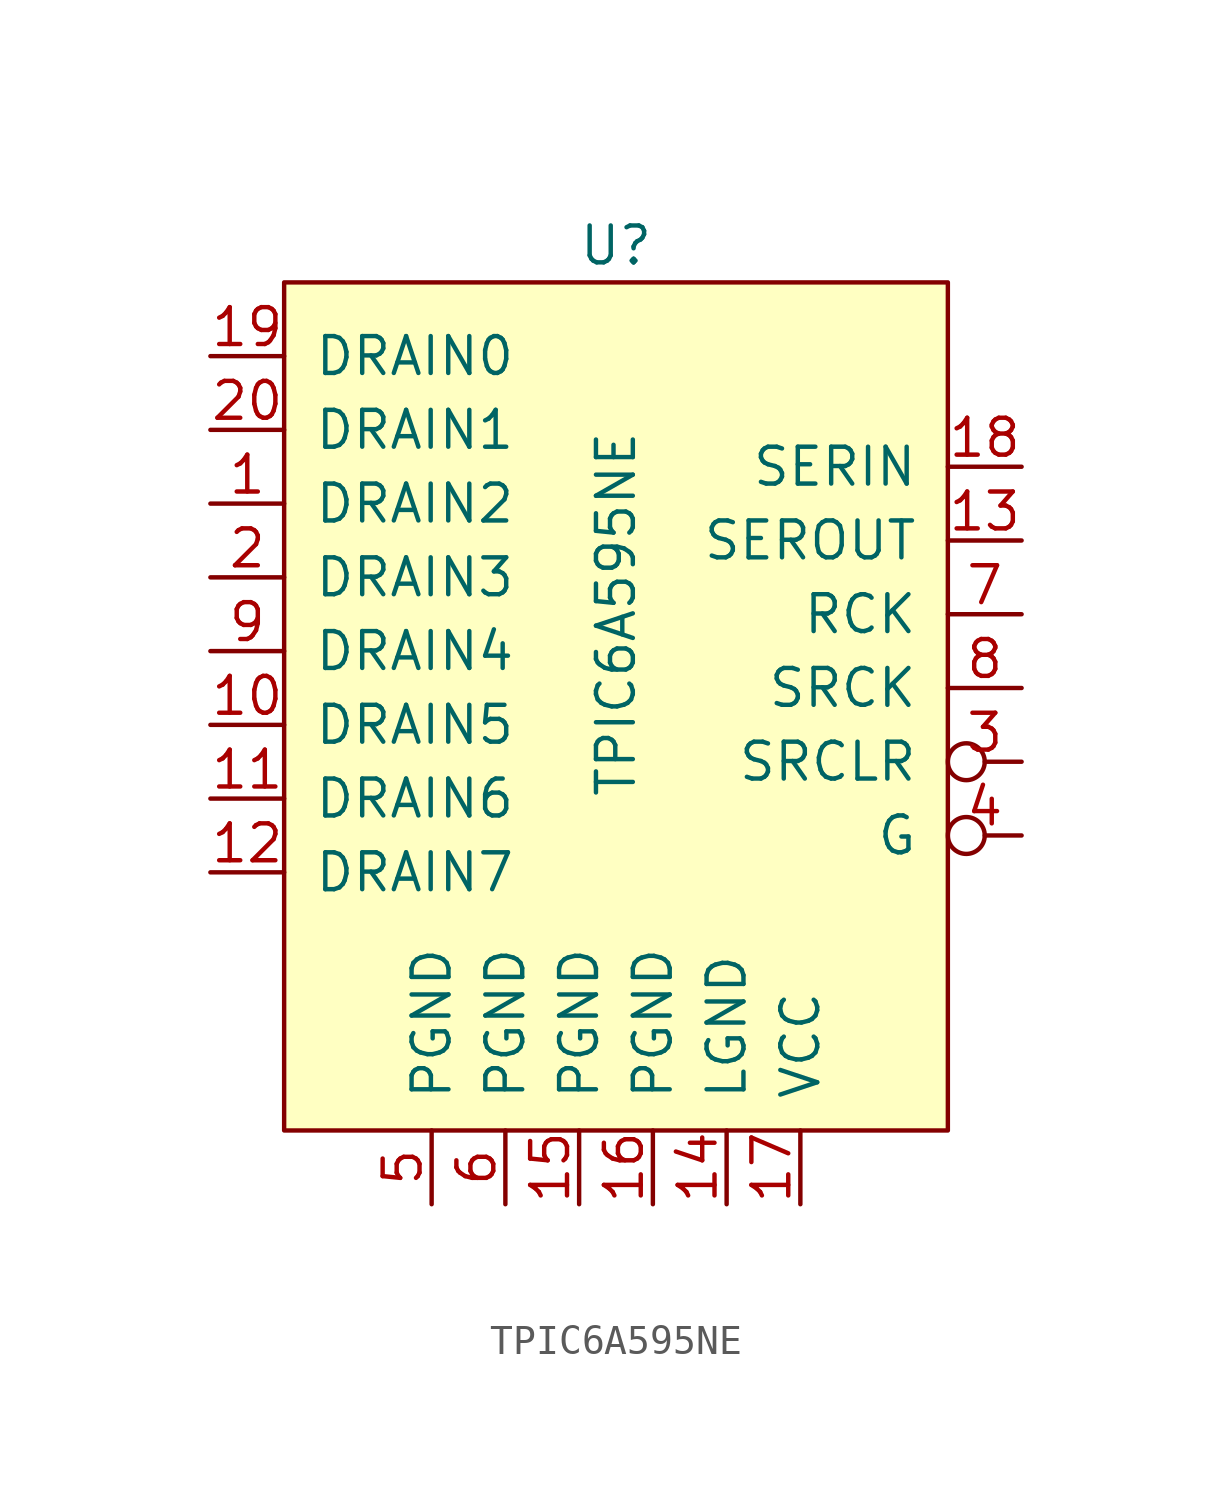
<source format=kicad_sym>
(kicad_symbol_lib
  (version 20211014)
  (generator kicad_symbol_editor)
  (symbol "TPIC6A595NE"
    (pin_names
      (offset 1.016))
    (property "Reference" "U"
      (at 0 0 0)
      (effects (font (size 1.27 1.27))))
    (property "Value" "TPIC6A595NE"
      (at 0 -12.7 90)
      (effects (font (size 1.27 1.27))))
    (symbol "TPIC6A595NE_0_1"
      (rectangle (start -11.43 -1.27) (end 11.43 -30.48) (stroke (width 0) (type default) (color 0 0 0 0)) (fill (type background))))
    (symbol "TPIC6A595NE_1_1"
      (pin open_collector line (at -13.97 -8.89 0) (length 2.54) (name "DRAIN2" (effects (font (size 1.27 1.27)))) (number "1" (effects (font (size 1.27 1.27)))))
      (pin open_collector line (at -13.97 -16.51 0) (length 2.54) (name "DRAIN5" (effects (font (size 1.27 1.27)))) (number "10" (effects (font (size 1.27 1.27)))))
      (pin open_collector line (at -13.97 -19.05 0) (length 2.54) (name "DRAIN6" (effects (font (size 1.27 1.27)))) (number "11" (effects (font (size 1.27 1.27)))))
      (pin open_collector line (at -13.97 -21.59 0) (length 2.54) (name "DRAIN7" (effects (font (size 1.27 1.27)))) (number "12" (effects (font (size 1.27 1.27)))))
      (pin output line (at 13.97 -10.16 180) (length 2.54) (name "SEROUT" (effects (font (size 1.27 1.27)))) (number "13" (effects (font (size 1.27 1.27)))))
      (pin power_in line (at 3.81 -33.02 90) (length 2.54) (name "LGND" (effects (font (size 1.27 1.27)))) (number "14" (effects (font (size 1.27 1.27)))))
      (pin power_in line (at -1.27 -33.02 90) (length 2.54) (name "PGND" (effects (font (size 1.27 1.27)))) (number "15" (effects (font (size 1.27 1.27)))))
      (pin power_in line (at 1.27 -33.02 90) (length 2.54) (name "PGND" (effects (font (size 1.27 1.27)))) (number "16" (effects (font (size 1.27 1.27)))))
      (pin power_in line (at 6.35 -33.02 90) (length 2.54) (name "VCC" (effects (font (size 1.27 1.27)))) (number "17" (effects (font (size 1.27 1.27)))))
      (pin input line (at 13.97 -7.62 180) (length 2.54) (name "SERIN" (effects (font (size 1.27 1.27)))) (number "18" (effects (font (size 1.27 1.27)))))
      (pin open_collector line (at -13.97 -3.81 0) (length 2.54) (name "DRAIN0" (effects (font (size 1.27 1.27)))) (number "19" (effects (font (size 1.27 1.27)))))
      (pin open_collector line (at -13.97 -11.43 0) (length 2.54) (name "DRAIN3" (effects (font (size 1.27 1.27)))) (number "2" (effects (font (size 1.27 1.27)))))
      (pin open_collector line (at -13.97 -6.35 0) (length 2.54) (name "DRAIN1" (effects (font (size 1.27 1.27)))) (number "20" (effects (font (size 1.27 1.27)))))
      (pin input inverted (at 13.97 -17.78 180) (length 2.54) (name "SRCLR" (effects (font (size 1.27 1.27)))) (number "3" (effects (font (size 1.27 1.27)))))
      (pin input inverted (at 13.97 -20.32 180) (length 2.54) (name "G" (effects (font (size 1.27 1.27)))) (number "4" (effects (font (size 1.27 1.27)))))
      (pin power_in line (at -6.35 -33.02 90) (length 2.54) (name "PGND" (effects (font (size 1.27 1.27)))) (number "5" (effects (font (size 1.27 1.27)))))
      (pin power_in line (at -3.81 -33.02 90) (length 2.54) (name "PGND" (effects (font (size 1.27 1.27)))) (number "6" (effects (font (size 1.27 1.27)))))
      (pin input line (at 13.97 -12.7 180) (length 2.54) (name "RCK" (effects (font (size 1.27 1.27)))) (number "7" (effects (font (size 1.27 1.27)))))
      (pin input line (at 13.97 -15.24 180) (length 2.54) (name "SRCK" (effects (font (size 1.27 1.27)))) (number "8" (effects (font (size 1.27 1.27)))))
      (pin open_collector line (at -13.97 -13.97 0) (length 2.54) (name "DRAIN4" (effects (font (size 1.27 1.27)))) (number "9" (effects (font (size 1.27 1.27))))))))
</source>
